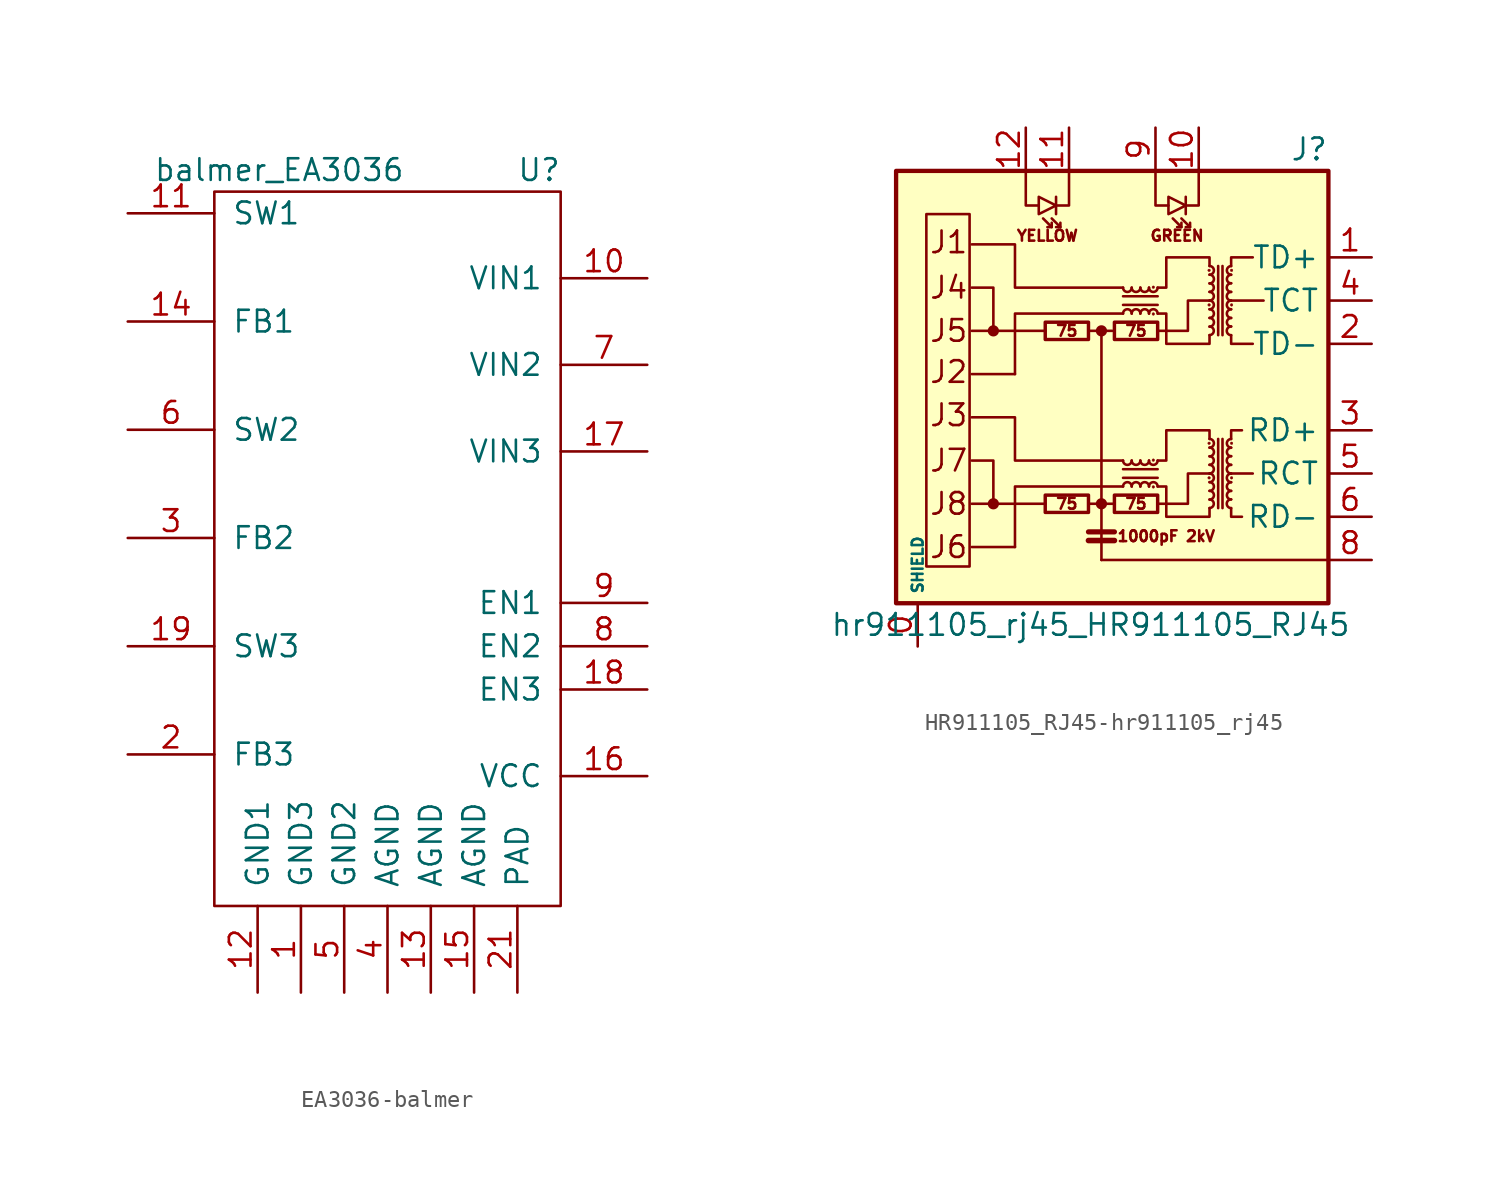
<source format=kicad_sym>
(kicad_symbol_lib
  (version 20231120)
  (generator "kicad_symbol_editor")
  (generator_version "8.0")
  (symbol "EA3036-balmer"
    (pin_names
      (offset 1.016))
    (property "Reference" "U"
      (at 8.89 19.05 0)
      (effects (font (size 1.27 1.27))))
    (property "Value" "balmer_EA3036"
      (at -6.35 19.05 0)
      (effects (font (size 1.27 1.27))))
    (symbol "EA3036-balmer_0_1"
      (rectangle (start -10.16 17.78) (end 10.16 -24.13) (stroke (width 0) (type solid)) (fill (type none))))
    (symbol "EA3036-balmer_1_1"
      (pin input line (at -5.08 -29.21 90) (length 5.08) (name "GND3" (effects (font (size 1.27 1.27)))) (number "1" (effects (font (size 1.27 1.27)))))
      (pin input line (at 15.24 12.7 180) (length 5.08) (name "VIN1" (effects (font (size 1.27 1.27)))) (number "10" (effects (font (size 1.27 1.27)))))
      (pin input line (at -15.24 16.51 0) (length 5.08) (name "SW1" (effects (font (size 1.27 1.27)))) (number "11" (effects (font (size 1.27 1.27)))))
      (pin input line (at -7.62 -29.21 90) (length 5.08) (name "GND1" (effects (font (size 1.27 1.27)))) (number "12" (effects (font (size 1.27 1.27)))))
      (pin input line (at 2.54 -29.21 90) (length 5.08) (name "AGND" (effects (font (size 1.27 1.27)))) (number "13" (effects (font (size 1.27 1.27)))))
      (pin input line (at -15.24 10.16 0) (length 5.08) (name "FB1" (effects (font (size 1.27 1.27)))) (number "14" (effects (font (size 1.27 1.27)))))
      (pin input line (at 5.08 -29.21 90) (length 5.08) (name "AGND" (effects (font (size 1.27 1.27)))) (number "15" (effects (font (size 1.27 1.27)))))
      (pin input line (at 15.24 -16.51 180) (length 5.08) (name "VCC" (effects (font (size 1.27 1.27)))) (number "16" (effects (font (size 1.27 1.27)))))
      (pin input line (at 15.24 2.54 180) (length 5.08) (name "VIN3" (effects (font (size 1.27 1.27)))) (number "17" (effects (font (size 1.27 1.27)))))
      (pin input line (at 15.24 -11.43 180) (length 5.08) (name "EN3" (effects (font (size 1.27 1.27)))) (number "18" (effects (font (size 1.27 1.27)))))
      (pin input line (at -15.24 -8.89 0) (length 5.08) (name "SW3" (effects (font (size 1.27 1.27)))) (number "19" (effects (font (size 1.27 1.27)))))
      (pin input line (at -15.24 -15.24 0) (length 5.08) (name "FB3" (effects (font (size 1.27 1.27)))) (number "2" (effects (font (size 1.27 1.27)))))
      (pin input line (at 7.62 -29.21 90) (length 5.08) (name "PAD" (effects (font (size 1.27 1.27)))) (number "21" (effects (font (size 1.27 1.27)))))
      (pin input line (at -15.24 -2.54 0) (length 5.08) (name "FB2" (effects (font (size 1.27 1.27)))) (number "3" (effects (font (size 1.27 1.27)))))
      (pin input line (at 0 -29.21 90) (length 5.08) (name "AGND" (effects (font (size 1.27 1.27)))) (number "4" (effects (font (size 1.27 1.27)))))
      (pin input line (at -2.54 -29.21 90) (length 5.08) (name "GND2" (effects (font (size 1.27 1.27)))) (number "5" (effects (font (size 1.27 1.27)))))
      (pin input line (at -15.24 3.81 0) (length 5.08) (name "SW2" (effects (font (size 1.27 1.27)))) (number "6" (effects (font (size 1.27 1.27)))))
      (pin input line (at 15.24 7.62 180) (length 5.08) (name "VIN2" (effects (font (size 1.27 1.27)))) (number "7" (effects (font (size 1.27 1.27)))))
      (pin input line (at 15.24 -8.89 180) (length 5.08) (name "EN2" (effects (font (size 1.27 1.27)))) (number "8" (effects (font (size 1.27 1.27)))))
      (pin input line (at 15.24 -6.35 180) (length 5.08) (name "EN1" (effects (font (size 1.27 1.27)))) (number "9" (effects (font (size 1.27 1.27)))))))
  (symbol "HR911105_RJ45-hr911105_rj45"
    (property "Reference" "J"
      (at 12.7 13.97 0)
      (effects (font (size 1.27 1.27)) (justify right)))
    (property "Value" "hr911105_rj45_HR911105_RJ45"
      (at -1.27 -13.97 0)
      (effects (font (size 1.27 1.27))))
    (symbol "HR911105_RJ45-hr911105_rj45_0_0"
      (rectangle (start -12.7 12.7) (end 12.7 -12.7) (stroke (width 0.254) (type solid)) (fill (type background)))
      (polyline (pts (xy -3.937 -6.858) (xy -8.255 -6.858)) (stroke (width 0) (type solid)) (fill (type none)))
      (polyline (pts (xy -3.937 3.302) (xy -8.255 3.302)) (stroke (width 0) (type solid)) (fill (type none)))
      (polyline (pts (xy -0.635 -10.16) (xy 12.7 -10.16)) (stroke (width 0) (type solid)) (fill (type none)))
      (polyline (pts (xy 8.255 -5.08) (xy 6.985 -5.08)) (stroke (width 0) (type solid)) (fill (type none)))
      (polyline (pts (xy 8.89 5.08) (xy 6.985 5.08)) (stroke (width 0) (type solid)) (fill (type none)))
      (polyline (pts (xy 0.635 -4.318) (xy -5.715 -4.318) (xy -5.715 -1.778) (xy -8.255 -1.778)) (stroke (width 0) (type solid)) (fill (type none)))
      (polyline (pts (xy 0.635 5.842) (xy -5.715 5.842) (xy -5.715 8.382) (xy -8.255 8.382)) (stroke (width 0) (type solid)) (fill (type none)))
      (polyline (pts (xy 2.667 -6.858) (xy 4.445 -6.858) (xy 4.445 -5.08) (xy 5.715 -5.08)) (stroke (width 0) (type solid)) (fill (type none)))
      (polyline (pts (xy 2.667 3.302) (xy 4.445 3.302) (xy 4.445 5.08) (xy 5.715 5.08)) (stroke (width 0) (type solid)) (fill (type none)))
      (text "1000pF 2kV" (at 3.175 -8.763 0) (effects (font (size 0.635 0.635))))
      (text "75" (at -2.667 -6.858 0) (effects (font (size 0.635 0.635))))
      (text "75" (at -2.667 3.302 0) (effects (font (size 0.635 0.635))))
      (text "75" (at 1.397 -6.858 0) (effects (font (size 0.635 0.635))))
      (text "75" (at 1.397 3.302 0) (effects (font (size 0.635 0.635))))
      (text "GREEN" (at 3.81 8.89 0) (effects (font (size 0.635 0.635))))
      (text "J1" (at -10.795 8.509 0) (effects (font (size 1.27 1.27)) (justify left)))
      (text "J2" (at -10.795 0.889 0) (effects (font (size 1.27 1.27)) (justify left)))
      (text "J3" (at -10.795 -1.651 0) (effects (font (size 1.27 1.27)) (justify left)))
      (text "J4" (at -10.795 5.842 0) (effects (font (size 1.27 1.27)) (justify left)))
      (text "J5" (at -10.795 3.302 0) (effects (font (size 1.27 1.27)) (justify left)))
      (text "J6" (at -10.795 -9.398 0) (effects (font (size 1.27 1.27)) (justify left)))
      (text "J7" (at -10.795 -4.318 0) (effects (font (size 1.27 1.27)) (justify left)))
      (text "J8" (at -10.795 -6.858 0) (effects (font (size 1.27 1.27)) (justify left)))
      (text "YELLOW" (at -3.81 8.89 0) (effects (font (size 0.635 0.635)))))
    (symbol "HR911105_RJ45-hr911105_rj45_0_1"
      (rectangle (start -8.382 -10.541) (end -10.922 10.16) (stroke (width 0) (type solid)) (fill (type none)))
      (circle (center -6.985 -6.858) (radius 0.254) (stroke (width 0) (type solid)) (fill (type outline)))
      (circle (center -6.985 3.302) (radius 0.254) (stroke (width 0) (type solid)) (fill (type outline)))
      (rectangle (start -3.937 -7.366) (end -1.397 -6.35) (stroke (width 0.203) (type solid)) (fill (type none)))
      (rectangle (start -3.937 2.794) (end -1.397 3.81) (stroke (width 0.203) (type solid)) (fill (type none)))
      (circle (center -0.635 -6.858) (radius 0.254) (stroke (width 0) (type solid)) (fill (type outline)))
      (circle (center -0.635 3.302) (radius 0.254) (stroke (width 0) (type solid)) (fill (type outline)))
      (polyline (pts (xy -5.715 -9.398) (xy -8.255 -9.398)) (stroke (width 0) (type solid)) (fill (type none)))
      (polyline (pts (xy -5.715 0.762) (xy -8.255 0.762)) (stroke (width 0) (type solid)) (fill (type none)))
      (polyline (pts (xy -3.556 9.398) (xy -4.064 9.906)) (stroke (width 0) (type solid)) (fill (type none)))
      (polyline (pts (xy -3.302 11.176) (xy -3.302 10.16)) (stroke (width 0) (type solid)) (fill (type none)))
      (polyline (pts (xy -3.048 9.398) (xy -3.556 9.906)) (stroke (width 0) (type solid)) (fill (type none)))
      (polyline (pts (xy -1.397 -9.017) (xy 0.127 -9.017)) (stroke (width 0.33) (type solid)) (fill (type none)))
      (polyline (pts (xy -1.397 -8.509) (xy 0.127 -8.509)) (stroke (width 0.305) (type solid)) (fill (type none)))
      (polyline (pts (xy -0.635 3.302) (xy -1.397 3.302)) (stroke (width 0) (type solid)) (fill (type none)))
      (polyline (pts (xy 0.127 -6.858) (xy -1.397 -6.858)) (stroke (width 0) (type solid)) (fill (type none)))
      (polyline (pts (xy 0.635 -5.334) (xy 2.667 -5.334)) (stroke (width 0) (type solid)) (fill (type none)))
      (polyline (pts (xy 0.635 4.826) (xy 2.667 4.826)) (stroke (width 0) (type solid)) (fill (type none)))
      (polyline (pts (xy 2.667 -4.826) (xy 0.635 -4.826)) (stroke (width 0) (type solid)) (fill (type none)))
      (polyline (pts (xy 2.667 5.334) (xy 0.635 5.334)) (stroke (width 0) (type solid)) (fill (type none)))
      (polyline (pts (xy 4.064 9.398) (xy 3.556 9.906)) (stroke (width 0) (type solid)) (fill (type none)))
      (polyline (pts (xy 4.318 11.176) (xy 4.318 10.16)) (stroke (width 0) (type solid)) (fill (type none)))
      (polyline (pts (xy 4.572 9.398) (xy 4.064 9.906)) (stroke (width 0) (type solid)) (fill (type none)))
      (polyline (pts (xy 6.223 -3.048) (xy 6.223 -7.112)) (stroke (width 0) (type solid)) (fill (type none)))
      (polyline (pts (xy 6.223 7.112) (xy 6.223 3.048)) (stroke (width 0) (type solid)) (fill (type none)))
      (polyline (pts (xy 6.477 -7.112) (xy 6.477 -3.048)) (stroke (width 0) (type solid)) (fill (type none)))
      (polyline (pts (xy 6.477 3.048) (xy 6.477 7.112)) (stroke (width 0) (type solid)) (fill (type none)))
      (polyline (pts (xy -6.985 -6.858) (xy -6.985 -4.318) (xy -8.255 -4.318)) (stroke (width 0) (type solid)) (fill (type none)))
      (polyline (pts (xy -6.985 3.302) (xy -6.985 5.842) (xy -8.255 5.842)) (stroke (width 0) (type solid)) (fill (type none)))
      (polyline (pts (xy -5.08 12.7) (xy -5.08 10.668) (xy -4.318 10.668)) (stroke (width 0) (type solid)) (fill (type none)))
      (polyline (pts (xy -3.556 9.652) (xy -3.556 9.398) (xy -3.81 9.398)) (stroke (width 0) (type solid)) (fill (type none)))
      (polyline (pts (xy -3.048 9.652) (xy -3.048 9.398) (xy -3.302 9.398)) (stroke (width 0) (type solid)) (fill (type none)))
      (polyline (pts (xy -2.54 12.7) (xy -2.54 10.668) (xy -3.302 10.668)) (stroke (width 0) (type solid)) (fill (type none)))
      (polyline (pts (xy -0.635 -10.16) (xy -0.635 3.302) (xy 0 3.302)) (stroke (width 0) (type solid)) (fill (type none)))
      (polyline (pts (xy 0.635 -5.842) (xy -5.715 -5.842) (xy -5.715 -9.398)) (stroke (width 0) (type solid)) (fill (type none)))
      (polyline (pts (xy 0.635 4.318) (xy -5.715 4.318) (xy -5.715 0.762)) (stroke (width 0) (type solid)) (fill (type none)))
      (polyline (pts (xy 2.54 12.7) (xy 2.54 10.668) (xy 3.302 10.668)) (stroke (width 0) (type solid)) (fill (type none)))
      (polyline (pts (xy 4.064 9.652) (xy 4.064 9.398) (xy 3.81 9.398)) (stroke (width 0) (type solid)) (fill (type none)))
      (polyline (pts (xy 4.572 9.652) (xy 4.572 9.398) (xy 4.318 9.398)) (stroke (width 0) (type solid)) (fill (type none)))
      (polyline (pts (xy 5.08 12.7) (xy 5.08 10.668) (xy 4.318 10.668)) (stroke (width 0) (type solid)) (fill (type none)))
      (polyline (pts (xy 6.985 -7.112) (xy 6.985 -7.62) (xy 7.62 -7.62)) (stroke (width 0) (type solid)) (fill (type none)))
      (polyline (pts (xy 6.985 -3.048) (xy 6.985 -2.54) (xy 7.62 -2.54)) (stroke (width 0) (type solid)) (fill (type none)))
      (polyline (pts (xy 6.985 3.048) (xy 6.985 2.54) (xy 8.255 2.54)) (stroke (width 0) (type solid)) (fill (type none)))
      (polyline (pts (xy 6.985 7.112) (xy 6.985 7.62) (xy 8.255 7.62)) (stroke (width 0) (type solid)) (fill (type none)))
      (polyline (pts (xy -3.302 10.668) (xy -4.318 11.176) (xy -4.318 10.16) (xy -3.302 10.668)) (stroke (width 0) (type solid)) (fill (type none)))
      (polyline (pts (xy 4.318 10.668) (xy 3.302 11.176) (xy 3.302 10.16) (xy 4.318 10.668)) (stroke (width 0) (type solid)) (fill (type none)))
      (polyline (pts (xy 2.667 -4.318) (xy 3.175 -4.318) (xy 3.175 -2.54) (xy 5.715 -2.54) (xy 5.715 -3.048)) (stroke (width 0) (type solid)) (fill (type none)))
      (polyline (pts (xy 2.667 5.842) (xy 3.175 5.842) (xy 3.175 7.62) (xy 5.715 7.62) (xy 5.715 7.112)) (stroke (width 0) (type solid)) (fill (type none)))
      (polyline (pts (xy 5.715 -7.112) (xy 5.715 -7.62) (xy 3.175 -7.62) (xy 3.175 -5.842) (xy 2.667 -5.842)) (stroke (width 0) (type solid)) (fill (type none)))
      (polyline (pts (xy 5.715 3.048) (xy 5.715 2.54) (xy 3.175 2.54) (xy 3.175 4.318) (xy 2.667 4.318)) (stroke (width 0) (type solid)) (fill (type none)))
      (rectangle (start 0.127 -7.366) (end 2.667 -6.35) (stroke (width 0.203) (type solid)) (fill (type none)))
      (rectangle (start 0.127 2.794) (end 2.667 3.81) (stroke (width 0.203) (type solid)) (fill (type none)))
      (arc (start 0.635 -4.318) (mid 0.889 -4.572) (end 1.143 -4.318) (stroke (width 0) (type solid)) (fill (type none)))
      (arc (start 0.635 5.842) (mid 0.889 5.588) (end 1.143 5.842) (stroke (width 0) (type solid)) (fill (type none)))
      (arc (start 1.143 -5.842) (mid 0.889 -5.588) (end 0.635 -5.842) (stroke (width 0) (type solid)) (fill (type none)))
      (arc (start 1.143 -4.318) (mid 1.397 -4.572) (end 1.651 -4.318) (stroke (width 0) (type solid)) (fill (type none)))
      (arc (start 1.143 4.318) (mid 0.889 4.572) (end 0.635 4.318) (stroke (width 0) (type solid)) (fill (type none)))
      (arc (start 1.143 5.842) (mid 1.397 5.588) (end 1.651 5.842) (stroke (width 0) (type solid)) (fill (type none)))
      (arc (start 1.651 -5.842) (mid 1.397 -5.588) (end 1.143 -5.842) (stroke (width 0) (type solid)) (fill (type none)))
      (arc (start 1.651 -4.318) (mid 1.905 -4.572) (end 2.159 -4.318) (stroke (width 0) (type solid)) (fill (type none)))
      (arc (start 1.651 4.318) (mid 1.397 4.572) (end 1.143 4.318) (stroke (width 0) (type solid)) (fill (type none)))
      (arc (start 1.651 5.842) (mid 1.905 5.588) (end 2.159 5.842) (stroke (width 0) (type solid)) (fill (type none)))
      (arc (start 2.159 -5.842) (mid 1.905 -5.588) (end 1.651 -5.842) (stroke (width 0) (type solid)) (fill (type none)))
      (arc (start 2.159 -4.318) (mid 2.413 -4.572) (end 2.667 -4.318) (stroke (width 0) (type solid)) (fill (type none)))
      (arc (start 2.159 4.318) (mid 1.905 4.572) (end 1.651 4.318) (stroke (width 0) (type solid)) (fill (type none)))
      (arc (start 2.159 5.842) (mid 2.413 5.588) (end 2.667 5.842) (stroke (width 0) (type solid)) (fill (type none)))
      (circle (center 2.413 -5.867) (radius 0.076) (stroke (width 0.025) (type solid)) (fill (type outline)))
      (circle (center 2.413 -4.293) (radius 0.076) (stroke (width 0.025) (type solid)) (fill (type outline)))
      (circle (center 2.413 4.293) (radius 0.076) (stroke (width 0.025) (type solid)) (fill (type outline)))
      (circle (center 2.413 5.867) (radius 0.076) (stroke (width 0.025) (type solid)) (fill (type outline)))
      (arc (start 2.667 -5.842) (mid 2.413 -5.588) (end 2.159 -5.842) (stroke (width 0) (type solid)) (fill (type none)))
      (arc (start 2.667 4.318) (mid 2.413 4.572) (end 2.159 4.318) (stroke (width 0) (type solid)) (fill (type none)))
      (circle (center 5.69 -5.334) (radius 0.076) (stroke (width 0.025) (type solid)) (fill (type outline)))
      (circle (center 5.69 -3.302) (radius 0.076) (stroke (width 0.025) (type solid)) (fill (type outline)))
      (circle (center 5.69 4.826) (radius 0.076) (stroke (width 0.025) (type solid)) (fill (type outline)))
      (circle (center 5.69 6.858) (radius 0.076) (stroke (width 0.025) (type solid)) (fill (type outline)))
      (arc (start 5.715 -7.112) (mid 5.969 -6.858) (end 5.715 -6.604) (stroke (width 0) (type solid)) (fill (type none)))
      (arc (start 5.715 -6.604) (mid 5.969 -6.35) (end 5.715 -6.096) (stroke (width 0) (type solid)) (fill (type none)))
      (arc (start 5.715 -6.096) (mid 5.969 -5.842) (end 5.715 -5.588) (stroke (width 0) (type solid)) (fill (type none)))
      (arc (start 5.715 -5.588) (mid 5.969 -5.334) (end 5.715 -5.08) (stroke (width 0) (type solid)) (fill (type none)))
      (arc (start 5.715 -5.08) (mid 5.969 -4.826) (end 5.715 -4.572) (stroke (width 0) (type solid)) (fill (type none)))
      (arc (start 5.715 -4.572) (mid 5.969 -4.318) (end 5.715 -4.064) (stroke (width 0) (type solid)) (fill (type none)))
      (arc (start 5.715 -4.064) (mid 5.969 -3.81) (end 5.715 -3.556) (stroke (width 0) (type solid)) (fill (type none)))
      (arc (start 5.715 -3.556) (mid 5.969 -3.302) (end 5.715 -3.048) (stroke (width 0) (type solid)) (fill (type none)))
      (arc (start 5.715 3.048) (mid 5.969 3.302) (end 5.715 3.556) (stroke (width 0) (type solid)) (fill (type none)))
      (arc (start 5.715 3.556) (mid 5.969 3.81) (end 5.715 4.064) (stroke (width 0) (type solid)) (fill (type none)))
      (arc (start 5.715 4.064) (mid 5.969 4.318) (end 5.715 4.572) (stroke (width 0) (type solid)) (fill (type none)))
      (arc (start 5.715 4.572) (mid 5.969 4.826) (end 5.715 5.08) (stroke (width 0) (type solid)) (fill (type none)))
      (arc (start 5.715 5.08) (mid 5.969 5.334) (end 5.715 5.588) (stroke (width 0) (type solid)) (fill (type none)))
      (arc (start 5.715 5.588) (mid 5.969 5.842) (end 5.715 6.096) (stroke (width 0) (type solid)) (fill (type none)))
      (arc (start 5.715 6.096) (mid 5.969 6.35) (end 5.715 6.604) (stroke (width 0) (type solid)) (fill (type none)))
      (arc (start 5.715 6.604) (mid 5.969 6.858) (end 5.715 7.112) (stroke (width 0) (type solid)) (fill (type none)))
      (arc (start 6.985 -6.604) (mid 6.731 -6.858) (end 6.985 -7.112) (stroke (width 0) (type solid)) (fill (type none)))
      (arc (start 6.985 -6.096) (mid 6.731 -6.35) (end 6.985 -6.604) (stroke (width 0) (type solid)) (fill (type none)))
      (arc (start 6.985 -5.588) (mid 6.731 -5.842) (end 6.985 -6.096) (stroke (width 0) (type solid)) (fill (type none)))
      (arc (start 6.985 -5.08) (mid 6.731 -5.334) (end 6.985 -5.588) (stroke (width 0) (type solid)) (fill (type none)))
      (arc (start 6.985 -4.572) (mid 6.731 -4.826) (end 6.985 -5.08) (stroke (width 0) (type solid)) (fill (type none)))
      (arc (start 6.985 -4.064) (mid 6.731 -4.318) (end 6.985 -4.572) (stroke (width 0) (type solid)) (fill (type none)))
      (arc (start 6.985 -3.556) (mid 6.731 -3.81) (end 6.985 -4.064) (stroke (width 0) (type solid)) (fill (type none)))
      (arc (start 6.985 -3.048) (mid 6.731 -3.302) (end 6.985 -3.556) (stroke (width 0) (type solid)) (fill (type none)))
      (arc (start 6.985 3.556) (mid 6.731 3.302) (end 6.985 3.048) (stroke (width 0) (type solid)) (fill (type none)))
      (arc (start 6.985 4.064) (mid 6.731 3.81) (end 6.985 3.556) (stroke (width 0) (type solid)) (fill (type none)))
      (arc (start 6.985 4.572) (mid 6.731 4.318) (end 6.985 4.064) (stroke (width 0) (type solid)) (fill (type none)))
      (arc (start 6.985 5.08) (mid 6.731 4.826) (end 6.985 4.572) (stroke (width 0) (type solid)) (fill (type none)))
      (arc (start 6.985 5.588) (mid 6.731 5.334) (end 6.985 5.08) (stroke (width 0) (type solid)) (fill (type none)))
      (arc (start 6.985 6.096) (mid 6.731 5.842) (end 6.985 5.588) (stroke (width 0) (type solid)) (fill (type none)))
      (arc (start 6.985 6.604) (mid 6.731 6.35) (end 6.985 6.096) (stroke (width 0) (type solid)) (fill (type none)))
      (arc (start 6.985 7.112) (mid 6.731 6.858) (end 6.985 6.604) (stroke (width 0) (type solid)) (fill (type none)))
      (circle (center 7.01 -5.334) (radius 0.076) (stroke (width 0.025) (type solid)) (fill (type outline)))
      (circle (center 7.01 -3.302) (radius 0.076) (stroke (width 0.025) (type solid)) (fill (type outline)))
      (circle (center 7.01 4.826) (radius 0.076) (stroke (width 0.025) (type solid)) (fill (type outline)))
      (circle (center 7.01 6.858) (radius 0.076) (stroke (width 0.025) (type solid)) (fill (type outline))))
    (symbol "HR911105_RJ45-hr911105_rj45_1_1"
      (pin passive line (at -11.43 -15.24 90) (length 2.54) (name "SHIELD" (effects (font (size 0.635 0.635)))) (number "0" (effects (font (size 1.27 1.27)))))
      (pin passive line (at 15.24 7.62 180) (length 2.54) (name "TD+" (effects (font (size 1.27 1.27)))) (number "1" (effects (font (size 1.27 1.27)))))
      (pin passive line (at 5.08 15.24 270) (length 2.54) (name "~" (effects (font (size 1.27 1.27)))) (number "10" (effects (font (size 1.27 1.27)))))
      (pin passive line (at -2.54 15.24 270) (length 2.54) (name "~" (effects (font (size 1.27 1.27)))) (number "11" (effects (font (size 1.27 1.27)))))
      (pin passive line (at -5.08 15.24 270) (length 2.54) (name "~" (effects (font (size 1.27 1.27)))) (number "12" (effects (font (size 1.27 1.27)))))
      (pin passive line (at 15.24 2.54 180) (length 2.54) (name "TD-" (effects (font (size 1.27 1.27)))) (number "2" (effects (font (size 1.27 1.27)))))
      (pin passive line (at 15.24 -2.54 180) (length 2.54) (name "RD+" (effects (font (size 1.27 1.27)))) (number "3" (effects (font (size 1.27 1.27)))))
      (pin passive line (at 15.24 5.08 180) (length 2.54) (name "TCT" (effects (font (size 1.27 1.27)))) (number "4" (effects (font (size 1.27 1.27)))))
      (pin passive line (at 15.24 -5.08 180) (length 2.54) (name "RCT" (effects (font (size 1.27 1.27)))) (number "5" (effects (font (size 1.27 1.27)))))
      (pin passive line (at 15.24 -7.62 180) (length 2.54) (name "RD-" (effects (font (size 1.27 1.27)))) (number "6" (effects (font (size 1.27 1.27)))))
      (pin passive line (at 15.24 -10.16 180) (length 2.54) (name "~" (effects (font (size 1.27 1.27)))) (number "8" (effects (font (size 1.27 1.27)))))
      (pin passive line (at 2.54 15.24 270) (length 2.54) (name "~" (effects (font (size 1.27 1.27)))) (number "9" (effects (font (size 1.27 1.27))))))))
</source>
